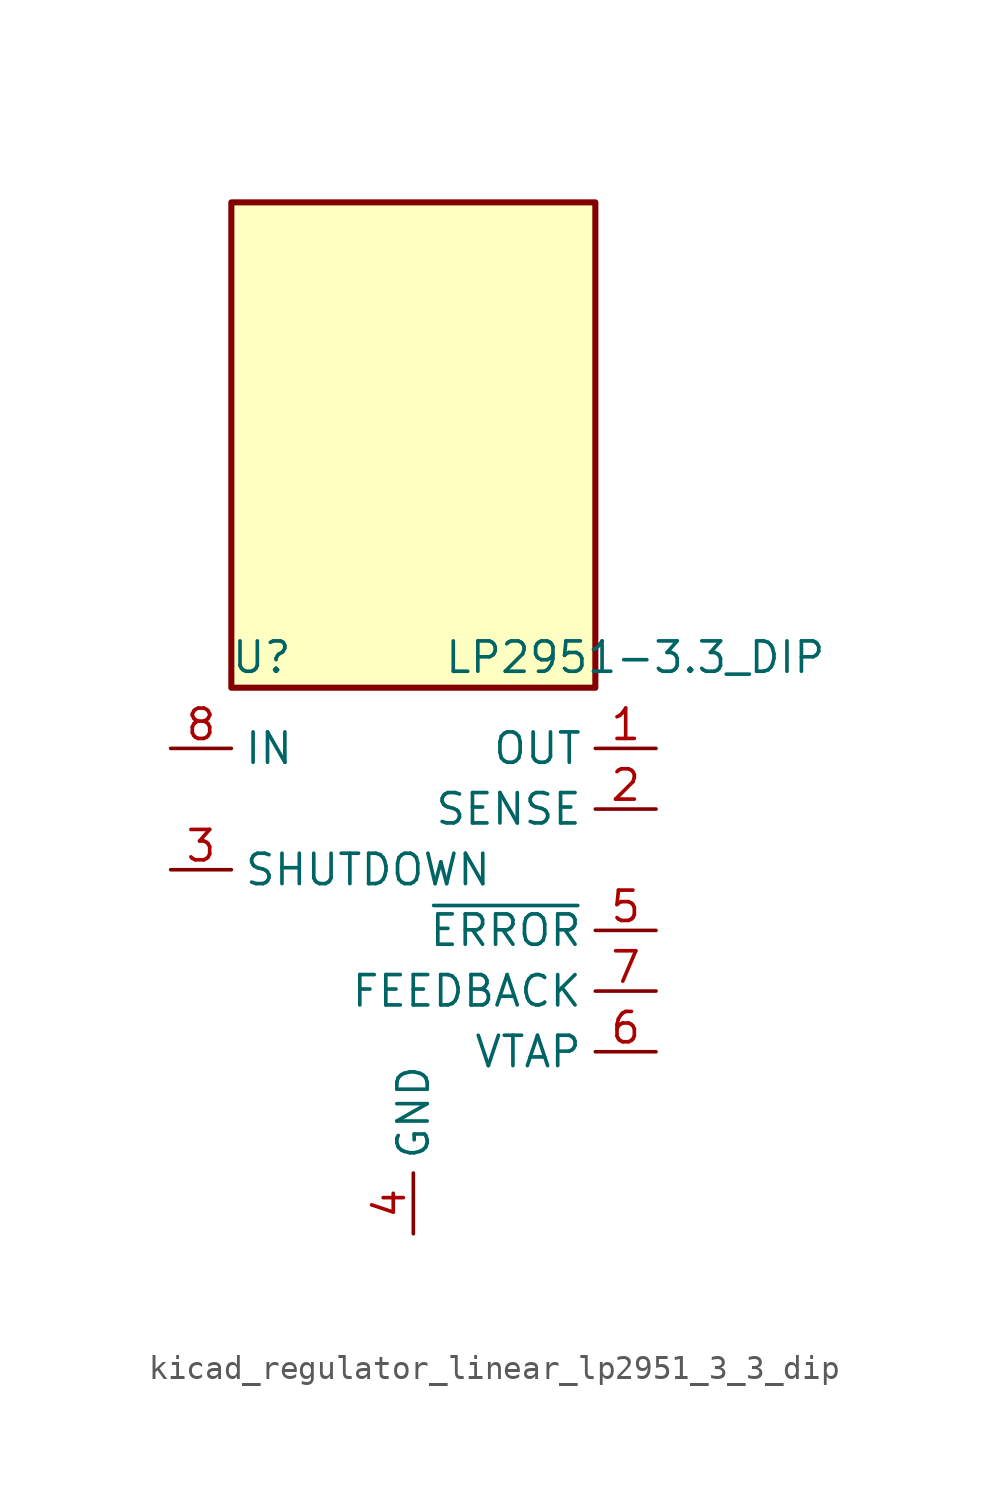
<source format=kicad_sym>
(kicad_symbol_lib
  (version 20220914)
  (generator kicad_symbol_editor)
  (symbol "kicad_regulator_linear_lp2951_3_3_dip"
    (property "Reference" "U"
      (at -6.35 11.43 0)
      (effects (font (size 1.27 1.27))))
    (property "Value" "LP2951-3.3_DIP"
      (at 1.27 11.43 0)
      (effects (font (size 1.27 1.27)) (justify left)))
    (symbol "kicad_regulator_linear_lp2951_3_3_dip_0_1"
      (rectangle (start 7.62 30.48) (end -7.62 10.16) (stroke (width 0.254) (type default)) (fill (type background))))
    (symbol "kicad_regulator_linear_lp2951_3_3_dip_1_1"
      (pin power_out line (at 10.16 7.62 180) (length 2.54) (name "OUT" (effects (font (size 1.27 1.27)))) (number "1" (effects (font (size 1.27 1.27)))))
      (pin passive line (at 10.16 5.08 180) (length 2.54) (name "SENSE" (effects (font (size 1.27 1.27)))) (number "2" (effects (font (size 1.27 1.27)))))
      (pin input line (at -10.16 2.54 0) (length 2.54) (name "SHUTDOWN" (effects (font (size 1.27 1.27)))) (number "3" (effects (font (size 1.27 1.27)))))
      (pin power_in line (at 0 -12.7 90) (length 2.54) (name "GND" (effects (font (size 1.27 1.27)))) (number "4" (effects (font (size 1.27 1.27)))))
      (pin open_collector line (at 10.16 0 180) (length 2.54) (name "~{ERROR}" (effects (font (size 1.27 1.27)))) (number "5" (effects (font (size 1.27 1.27)))))
      (pin input line (at 10.16 -5.08 180) (length 2.54) (name "VTAP" (effects (font (size 1.27 1.27)))) (number "6" (effects (font (size 1.27 1.27)))))
      (pin input line (at 10.16 -2.54 180) (length 2.54) (name "FEEDBACK" (effects (font (size 1.27 1.27)))) (number "7" (effects (font (size 1.27 1.27)))))
      (pin power_in line (at -10.16 7.62 0) (length 2.54) (name "IN" (effects (font (size 1.27 1.27)))) (number "8" (effects (font (size 1.27 1.27))))))))
</source>
